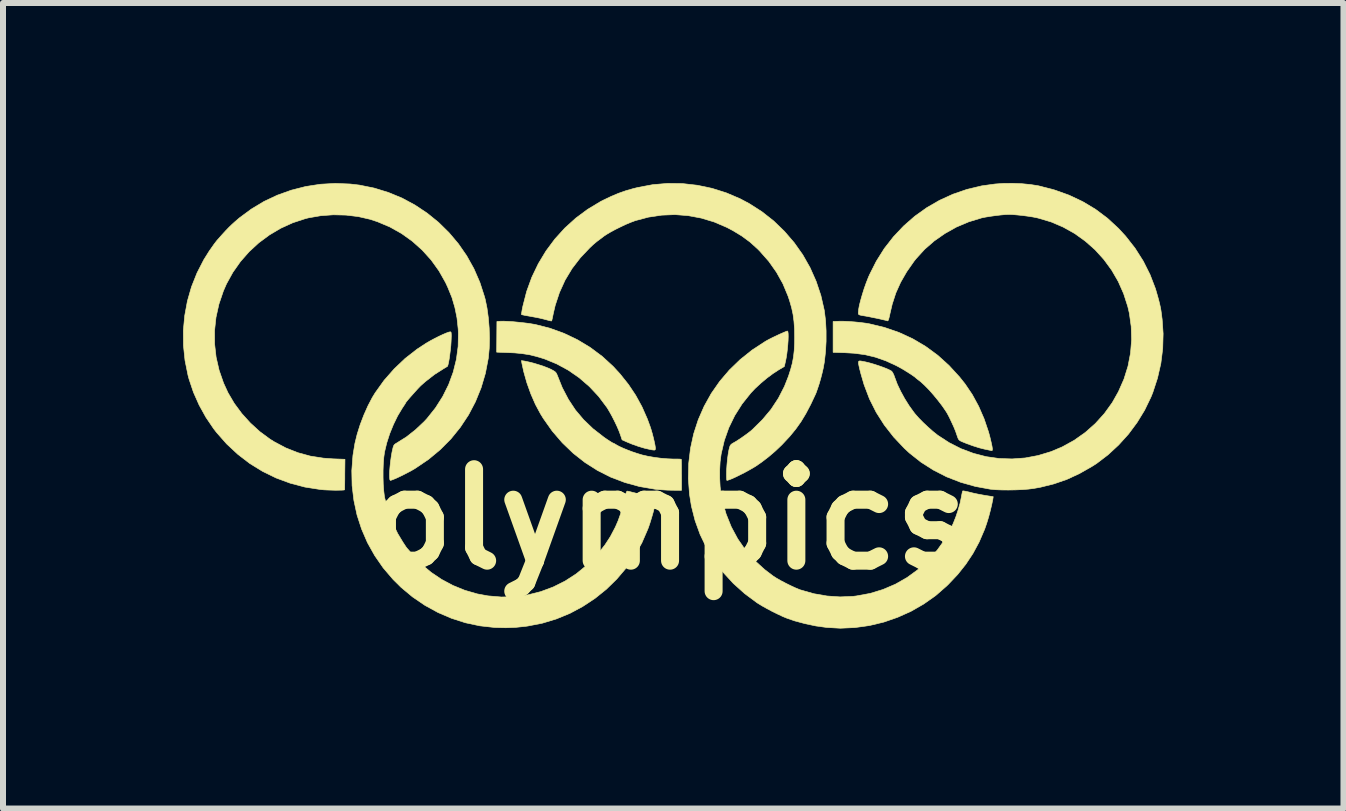
<source format=kicad_pcb>
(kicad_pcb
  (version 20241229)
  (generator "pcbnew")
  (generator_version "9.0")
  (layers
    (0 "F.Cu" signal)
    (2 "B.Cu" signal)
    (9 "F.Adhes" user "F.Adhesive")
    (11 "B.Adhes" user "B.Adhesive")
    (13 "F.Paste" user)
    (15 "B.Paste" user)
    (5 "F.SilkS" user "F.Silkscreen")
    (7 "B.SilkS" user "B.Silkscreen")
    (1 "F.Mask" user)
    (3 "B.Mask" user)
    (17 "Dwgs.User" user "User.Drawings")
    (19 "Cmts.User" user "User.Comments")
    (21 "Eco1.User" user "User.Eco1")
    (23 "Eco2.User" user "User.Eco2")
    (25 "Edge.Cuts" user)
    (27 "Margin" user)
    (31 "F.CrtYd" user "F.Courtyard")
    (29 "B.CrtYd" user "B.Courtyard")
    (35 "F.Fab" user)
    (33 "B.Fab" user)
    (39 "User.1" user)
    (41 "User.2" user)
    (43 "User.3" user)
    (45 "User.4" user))
  (footprint "olympics"
    (layer "F.Cu")
    (at 8.115 5.603)
    (property "Reference" "olympics" (at 0 0 0) (layer "F.SilkS") (effects (font (size 1.524 1.524) (thickness 0.3))))
    (attr through_hole)
    (fp_poly (pts (xy -2.706 -3.298) (xy -2.621 -3.293) (xy -2.529 -3.284) (xy -2.436 -3.274) (xy -2.347 -3.263) (xy -2.27 -3.25) (xy -2.242 -3.245) (xy -2 -3.183) (xy -1.766 -3.098) (xy -1.542 -2.991) (xy -1.33 -2.863) (xy -1.131 -2.715) (xy -0.949 -2.548) (xy -0.833 -2.422) (xy -0.692 -2.245) (xy -0.572 -2.065) (xy -0.468 -1.875) (xy -0.378 -1.671) (xy -0.331 -1.543) (xy -0.314 -1.49) (xy -0.296 -1.428) (xy -0.279 -1.362) (xy -0.264 -1.298) (xy -0.252 -1.241) (xy -0.245 -1.198) (xy -0.244 -1.175) (xy -0.247 -1.161) (xy -0.255 -1.154) (xy -0.275 -1.154) (xy -0.311 -1.159) (xy -0.335 -1.164) (xy -0.426 -1.185) (xy -0.53 -1.216) (xy -0.634 -1.253) (xy -0.714 -1.286) (xy -0.799 -1.324) (xy -0.827 -1.408) (xy -0.85 -1.47) (xy -0.883 -1.547) (xy -0.923 -1.631) (xy -0.966 -1.716) (xy -1.009 -1.793) (xy -1.047 -1.857) (xy -1.055 -1.868) (xy -1.191 -2.049) (xy -1.345 -2.213) (xy -1.514 -2.359) (xy -1.696 -2.485) (xy -1.89 -2.59) (xy -2.093 -2.673) (xy -2.108 -2.678) (xy -2.232 -2.715) (xy -2.348 -2.743) (xy -2.464 -2.761) (xy -2.59 -2.773) (xy -2.68 -2.777) (xy -2.889 -2.785) (xy -2.885 -3.296) (xy -2.83 -3.3) (xy -2.777 -3.301) (xy -2.706 -3.298)) (stroke (width 0.01) (type solid)) (fill yes) (layer "F.SilkS"))
    (fp_poly (pts (xy 2.976 -3.296) (xy 3.074 -3.289) (xy 3.173 -3.279) (xy 3.265 -3.267) (xy 3.323 -3.257) (xy 3.575 -3.196) (xy 3.815 -3.113) (xy 4.043 -3.008) (xy 4.258 -2.881) (xy 4.46 -2.733) (xy 4.649 -2.562) (xy 4.825 -2.37) (xy 4.917 -2.254) (xy 5.036 -2.078) (xy 5.142 -1.883) (xy 5.233 -1.674) (xy 5.307 -1.455) (xy 5.329 -1.374) (xy 5.35 -1.286) (xy 5.364 -1.221) (xy 5.371 -1.177) (xy 5.37 -1.151) (xy 5.363 -1.144) (xy 5.363 -1.144) (xy 5.347 -1.147) (xy 5.312 -1.154) (xy 5.265 -1.164) (xy 5.245 -1.168) (xy 5.153 -1.191) (xy 5.051 -1.223) (xy 4.948 -1.26) (xy 4.864 -1.294) (xy 4.833 -1.309) (xy 4.813 -1.325) (xy 4.799 -1.349) (xy 4.785 -1.388) (xy 4.778 -1.408) (xy 4.757 -1.469) (xy 4.727 -1.542) (xy 4.691 -1.62) (xy 4.655 -1.696) (xy 4.621 -1.761) (xy 4.599 -1.797) (xy 4.536 -1.889) (xy 4.464 -1.983) (xy 4.388 -2.075) (xy 4.312 -2.161) (xy 4.239 -2.235) (xy 4.174 -2.294) (xy 4.155 -2.309) (xy 4.126 -2.331) (xy 4.106 -2.347) (xy 4.102 -2.35) (xy 4.081 -2.369) (xy 4.042 -2.397) (xy 3.992 -2.43) (xy 3.933 -2.467) (xy 3.873 -2.504) (xy 3.814 -2.537) (xy 3.763 -2.564) (xy 3.763 -2.564) (xy 3.589 -2.643) (xy 3.42 -2.702) (xy 3.249 -2.743) (xy 3.068 -2.767) (xy 2.911 -2.776) (xy 2.717 -2.782) (xy 2.717 -3.296) (xy 2.816 -3.3) (xy 2.888 -3.3) (xy 2.976 -3.296)) (stroke (width 0.01) (type solid)) (fill yes) (layer "F.SilkS"))
    (fp_poly (pts (xy -2.422 -2.636) (xy -2.356 -2.622) (xy -2.275 -2.602) (xy -2.189 -2.576) (xy -2.106 -2.549) (xy -2.034 -2.521) (xy -1.995 -2.504) (xy -1.947 -2.479) (xy -1.916 -2.459) (xy -1.898 -2.439) (xy -1.885 -2.414) (xy -1.882 -2.407) (xy -1.796 -2.193) (xy -1.694 -1.998) (xy -1.577 -1.821) (xy -1.441 -1.66) (xy -1.286 -1.511) (xy -1.11 -1.374) (xy -1.087 -1.357) (xy -1.037 -1.323) (xy -0.995 -1.296) (xy -0.964 -1.277) (xy -0.95 -1.27) (xy -0.95 -1.27) (xy -0.934 -1.264) (xy -0.905 -1.247) (xy -0.892 -1.239) (xy -0.848 -1.215) (xy -0.785 -1.186) (xy -0.71 -1.155) (xy -0.628 -1.124) (xy -0.547 -1.097) (xy -0.471 -1.074) (xy -0.469 -1.073) (xy -0.373 -1.051) (xy -0.264 -1.032) (xy -0.15 -1.017) (xy -0.04 -1.008) (xy 0.057 -1.004) (xy 0.076 -1.004) (xy 0.125 -1.004) (xy 0.163 -1.003) (xy 0.185 -1) (xy 0.187 -0.999) (xy 0.188 -0.984) (xy 0.189 -0.948) (xy 0.19 -0.894) (xy 0.19 -0.827) (xy 0.19 -0.751) (xy 0.191 -0.737) (xy 0.191 -0.483) (xy 0.035 -0.484) (xy -0.043 -0.486) (xy -0.129 -0.491) (xy -0.209 -0.497) (xy -0.254 -0.502) (xy -0.509 -0.546) (xy -0.753 -0.613) (xy -0.987 -0.702) (xy -1.209 -0.814) (xy -1.418 -0.947) (xy -1.614 -1.101) (xy -1.795 -1.275) (xy -1.962 -1.469) (xy -2.113 -1.683) (xy -2.159 -1.758) (xy -2.243 -1.914) (xy -2.319 -2.088) (xy -2.385 -2.272) (xy -2.438 -2.459) (xy -2.469 -2.601) (xy -2.476 -2.644) (xy -2.422 -2.636)) (stroke (width 0.01) (type solid)) (fill yes) (layer "F.SilkS"))
    (fp_poly (pts (xy 1.964 -3.125) (xy 1.968 -3.092) (xy 1.969 -3.043) (xy 1.967 -2.98) (xy 1.962 -2.91) (xy 1.955 -2.834) (xy 1.946 -2.759) (xy 1.935 -2.688) (xy 1.923 -2.629) (xy 1.904 -2.546) (xy 1.808 -2.489) (xy 1.713 -2.427) (xy 1.611 -2.351) (xy 1.51 -2.266) (xy 1.416 -2.179) (xy 1.346 -2.105) (xy 1.2 -1.922) (xy 1.078 -1.729) (xy 0.979 -1.526) (xy 0.904 -1.313) (xy 0.852 -1.091) (xy 0.85 -1.078) (xy 0.834 -0.958) (xy 0.827 -0.824) (xy 0.827 -0.684) (xy 0.834 -0.546) (xy 0.849 -0.418) (xy 0.868 -0.317) (xy 0.934 -0.088) (xy 1.02 0.126) (xy 1.127 0.325) (xy 1.255 0.51) (xy 1.403 0.68) (xy 1.573 0.835) (xy 1.716 0.944) (xy 1.772 0.98) (xy 1.845 1.022) (xy 1.927 1.065) (xy 2.012 1.107) (xy 2.092 1.144) (xy 2.16 1.172) (xy 2.178 1.178) (xy 2.396 1.24) (xy 2.615 1.278) (xy 2.834 1.293) (xy 3.049 1.284) (xy 3.106 1.277) (xy 3.334 1.235) (xy 3.55 1.169) (xy 3.756 1.081) (xy 3.95 0.97) (xy 4.132 0.837) (xy 4.303 0.681) (xy 4.324 0.659) (xy 4.455 0.51) (xy 4.567 0.353) (xy 4.666 0.179) (xy 4.672 0.168) (xy 4.719 0.068) (xy 4.763 -0.043) (xy 4.801 -0.157) (xy 4.832 -0.266) (xy 4.852 -0.361) (xy 4.852 -0.362) (xy 4.861 -0.41) (xy 4.869 -0.449) (xy 4.875 -0.47) (xy 4.876 -0.472) (xy 4.89 -0.473) (xy 4.924 -0.467) (xy 4.97 -0.457) (xy 4.997 -0.45) (xy 5.062 -0.434) (xy 5.139 -0.418) (xy 5.216 -0.404) (xy 5.248 -0.398) (xy 5.385 -0.377) (xy 5.378 -0.332) (xy 5.36 -0.244) (xy 5.336 -0.143) (xy 5.308 -0.037) (xy 5.277 0.064) (xy 5.247 0.151) (xy 5.24 0.17) (xy 5.15 0.379) (xy 5.047 0.57) (xy 4.929 0.748) (xy 4.793 0.919) (xy 4.635 1.086) (xy 4.608 1.112) (xy 4.425 1.272) (xy 4.226 1.412) (xy 4.015 1.533) (xy 3.792 1.633) (xy 3.561 1.713) (xy 3.323 1.77) (xy 3.081 1.804) (xy 2.838 1.815) (xy 2.61 1.802) (xy 2.434 1.778) (xy 2.253 1.74) (xy 2.078 1.693) (xy 1.947 1.648) (xy 1.879 1.62) (xy 1.796 1.581) (xy 1.706 1.537) (xy 1.616 1.489) (xy 1.532 1.442) (xy 1.462 1.399) (xy 1.448 1.39) (xy 1.242 1.237) (xy 1.054 1.068) (xy 0.885 0.884) (xy 0.736 0.685) (xy 0.608 0.475) (xy 0.501 0.253) (xy 0.417 0.021) (xy 0.356 -0.219) (xy 0.324 -0.419) (xy 0.305 -0.679) (xy 0.311 -0.933) (xy 0.341 -1.183) (xy 0.394 -1.425) (xy 0.47 -1.659) (xy 0.568 -1.883) (xy 0.687 -2.097) (xy 0.828 -2.299) (xy 0.988 -2.487) (xy 1.168 -2.661) (xy 1.367 -2.82) (xy 1.584 -2.962) (xy 1.619 -2.982) (xy 1.66 -3.004) (xy 1.712 -3.03) (xy 1.769 -3.057) (xy 1.826 -3.084) (xy 1.879 -3.107) (xy 1.921 -3.125) (xy 1.949 -3.136) (xy 1.956 -3.137) (xy 1.964 -3.125)) (stroke (width 0.01) (type solid)) (fill yes) (layer "F.SilkS"))
    (fp_poly (pts (xy 0.208 -5.594) (xy 0.455 -5.566) (xy 0.698 -5.515) (xy 0.936 -5.44) (xy 1.166 -5.342) (xy 1.317 -5.262) (xy 1.53 -5.126) (xy 1.727 -4.971) (xy 1.906 -4.798) (xy 2.068 -4.61) (xy 2.211 -4.408) (xy 2.333 -4.193) (xy 2.434 -3.966) (xy 2.513 -3.73) (xy 2.569 -3.485) (xy 2.572 -3.465) (xy 2.591 -3.31) (xy 2.6 -3.141) (xy 2.6 -2.964) (xy 2.59 -2.788) (xy 2.571 -2.621) (xy 2.552 -2.515) (xy 2.533 -2.433) (xy 2.51 -2.344) (xy 2.484 -2.255) (xy 2.457 -2.174) (xy 2.433 -2.106) (xy 2.423 -2.083) (xy 2.343 -1.913) (xy 2.264 -1.763) (xy 2.182 -1.627) (xy 2.093 -1.502) (xy 1.994 -1.381) (xy 1.881 -1.26) (xy 1.861 -1.239) (xy 1.757 -1.14) (xy 1.646 -1.045) (xy 1.532 -0.957) (xy 1.424 -0.882) (xy 1.382 -0.857) (xy 1.312 -0.817) (xy 1.237 -0.776) (xy 1.163 -0.739) (xy 1.094 -0.705) (xy 1.033 -0.677) (xy 0.984 -0.658) (xy 0.953 -0.648) (xy 0.947 -0.648) (xy 0.944 -0.66) (xy 0.942 -0.693) (xy 0.941 -0.742) (xy 0.942 -0.805) (xy 0.943 -0.829) (xy 0.949 -0.916) (xy 0.957 -1.002) (xy 0.968 -1.083) (xy 0.98 -1.152) (xy 0.993 -1.205) (xy 1.004 -1.232) (xy 1.022 -1.252) (xy 1.05 -1.27) (xy 1.096 -1.296) (xy 1.155 -1.334) (xy 1.219 -1.378) (xy 1.282 -1.423) (xy 1.338 -1.466) (xy 1.371 -1.494) (xy 1.538 -1.659) (xy 1.683 -1.832) (xy 1.805 -2.017) (xy 1.906 -2.214) (xy 1.974 -2.386) (xy 2.01 -2.499) (xy 2.038 -2.603) (xy 2.057 -2.705) (xy 2.069 -2.813) (xy 2.075 -2.933) (xy 2.076 -3.029) (xy 2.074 -3.172) (xy 2.065 -3.297) (xy 2.05 -3.412) (xy 2.026 -3.524) (xy 1.993 -3.639) (xy 1.966 -3.72) (xy 1.881 -3.924) (xy 1.774 -4.116) (xy 1.645 -4.299) (xy 1.492 -4.472) (xy 1.457 -4.507) (xy 1.332 -4.62) (xy 1.198 -4.719) (xy 1.05 -4.809) (xy 0.946 -4.864) (xy 0.736 -4.954) (xy 0.521 -5.019) (xy 0.302 -5.06) (xy 0.082 -5.077) (xy -0.139 -5.068) (xy -0.36 -5.035) (xy -0.578 -4.977) (xy -0.592 -4.972) (xy -0.661 -4.946) (xy -0.742 -4.912) (xy -0.828 -4.871) (xy -0.913 -4.829) (xy -0.992 -4.786) (xy -1.058 -4.747) (xy -1.099 -4.72) (xy -1.143 -4.686) (xy -1.186 -4.654) (xy -1.217 -4.631) (xy -1.246 -4.607) (xy -1.286 -4.573) (xy -1.328 -4.533) (xy -1.337 -4.525) (xy -1.496 -4.357) (xy -1.634 -4.177) (xy -1.75 -3.984) (xy -1.843 -3.779) (xy -1.914 -3.564) (xy -1.944 -3.436) (xy -1.955 -3.383) (xy -1.964 -3.34) (xy -1.971 -3.312) (xy -1.974 -3.305) (xy -1.987 -3.306) (xy -2.019 -3.313) (xy -2.062 -3.325) (xy -2.067 -3.326) (xy -2.116 -3.339) (xy -2.18 -3.354) (xy -2.252 -3.368) (xy -2.312 -3.379) (xy -2.373 -3.39) (xy -2.423 -3.399) (xy -2.459 -3.407) (xy -2.475 -3.411) (xy -2.475 -3.411) (xy -2.475 -3.425) (xy -2.47 -3.458) (xy -2.462 -3.506) (xy -2.452 -3.553) (xy -2.389 -3.798) (xy -2.303 -4.034) (xy -2.195 -4.259) (xy -2.067 -4.471) (xy -1.92 -4.669) (xy -1.754 -4.852) (xy -1.571 -5.018) (xy -1.373 -5.165) (xy -1.159 -5.294) (xy -1.108 -5.32) (xy -0.978 -5.382) (xy -0.859 -5.432) (xy -0.74 -5.474) (xy -0.611 -5.511) (xy -0.533 -5.53) (xy -0.288 -5.576) (xy -0.04 -5.597) (xy 0.208 -5.594)) (stroke (width 0.01) (type solid)) (fill yes) (layer "F.SilkS"))
    (fp_poly (pts (xy -3.654 -3.122) (xy -3.648 -3.112) (xy -3.646 -3.091) (xy -3.645 -3.055) (xy -3.647 -3) (xy -3.649 -2.956) (xy -3.653 -2.893) (xy -3.66 -2.824) (xy -3.669 -2.754) (xy -3.678 -2.686) (xy -3.688 -2.627) (xy -3.698 -2.581) (xy -3.706 -2.554) (xy -3.71 -2.548) (xy -3.723 -2.54) (xy -3.751 -2.523) (xy -3.778 -2.507) (xy -3.927 -2.412) (xy -4.079 -2.293) (xy -4.145 -2.235) (xy -4.17 -2.211) (xy -4.204 -2.175) (xy -4.244 -2.131) (xy -4.286 -2.084) (xy -4.327 -2.038) (xy -4.363 -1.996) (xy -4.39 -1.963) (xy -4.405 -1.943) (xy -4.407 -1.938) (xy -4.413 -1.926) (xy -4.431 -1.899) (xy -4.456 -1.861) (xy -4.466 -1.846) (xy -4.54 -1.722) (xy -4.609 -1.58) (xy -4.671 -1.428) (xy -4.721 -1.273) (xy -4.757 -1.123) (xy -4.758 -1.117) (xy -4.77 -1.032) (xy -4.778 -0.929) (xy -4.782 -0.815) (xy -4.782 -0.697) (xy -4.779 -0.582) (xy -4.771 -0.475) (xy -4.76 -0.384) (xy -4.752 -0.346) (xy -4.698 -0.143) (xy -4.626 0.052) (xy -4.539 0.236) (xy -4.453 0.379) (xy -4.424 0.423) (xy -4.401 0.458) (xy -4.385 0.479) (xy -4.382 0.483) (xy -4.372 0.494) (xy -4.348 0.521) (xy -4.316 0.56) (xy -4.284 0.598) (xy -4.143 0.748) (xy -3.983 0.883) (xy -3.808 1.001) (xy -3.619 1.102) (xy -3.42 1.183) (xy -3.213 1.243) (xy -3.035 1.276) (xy -2.81 1.295) (xy -2.587 1.289) (xy -2.368 1.259) (xy -2.154 1.205) (xy -1.947 1.128) (xy -1.749 1.029) (xy -1.562 0.908) (xy -1.388 0.765) (xy -1.314 0.694) (xy -1.19 0.56) (xy -1.085 0.427) (xy -0.995 0.289) (xy -0.915 0.137) (xy -0.907 0.12) (xy -0.865 0.023) (xy -0.825 -0.089) (xy -0.79 -0.204) (xy -0.762 -0.312) (xy -0.753 -0.353) (xy -0.74 -0.415) (xy -0.727 -0.455) (xy -0.716 -0.47) (xy -0.715 -0.47) (xy -0.695 -0.467) (xy -0.658 -0.458) (xy -0.613 -0.446) (xy -0.611 -0.446) (xy -0.56 -0.433) (xy -0.494 -0.419) (xy -0.423 -0.406) (xy -0.386 -0.399) (xy -0.329 -0.39) (xy -0.281 -0.381) (xy -0.249 -0.373) (xy -0.238 -0.369) (xy -0.234 -0.351) (xy -0.238 -0.312) (xy -0.248 -0.258) (xy -0.263 -0.191) (xy -0.282 -0.115) (xy -0.305 -0.035) (xy -0.33 0.047) (xy -0.356 0.125) (xy -0.371 0.165) (xy -0.47 0.393) (xy -0.591 0.608) (xy -0.73 0.81) (xy -0.888 0.996) (xy -1.062 1.166) (xy -1.251 1.318) (xy -1.454 1.452) (xy -1.668 1.567) (xy -1.894 1.66) (xy -2.128 1.731) (xy -2.369 1.778) (xy -2.404 1.783) (xy -2.574 1.801) (xy -2.736 1.807) (xy -2.906 1.803) (xy -2.927 1.802) (xy -3.17 1.775) (xy -3.41 1.724) (xy -3.643 1.649) (xy -3.869 1.552) (xy -4.086 1.433) (xy -4.291 1.293) (xy -4.482 1.134) (xy -4.615 1.002) (xy -4.779 0.81) (xy -4.921 0.605) (xy -5.042 0.389) (xy -5.14 0.162) (xy -5.216 -0.072) (xy -5.268 -0.314) (xy -5.298 -0.561) (xy -5.303 -0.811) (xy -5.284 -1.064) (xy -5.251 -1.265) (xy -5.214 -1.416) (xy -5.164 -1.575) (xy -5.103 -1.735) (xy -5.035 -1.888) (xy -4.962 -2.028) (xy -4.913 -2.108) (xy -4.765 -2.315) (xy -4.597 -2.506) (xy -4.413 -2.681) (xy -4.214 -2.836) (xy -4.064 -2.934) (xy -3.997 -2.973) (xy -3.926 -3.011) (xy -3.855 -3.047) (xy -3.789 -3.078) (xy -3.731 -3.103) (xy -3.687 -3.119) (xy -3.662 -3.124) (xy -3.654 -3.122)) (stroke (width 0.01) (type solid)) (fill yes) (layer "F.SilkS"))
    (fp_poly (pts (xy -5.33 -5.587) (xy -5.176 -5.569) (xy -4.93 -5.519) (xy -4.693 -5.446) (xy -4.465 -5.352) (xy -4.25 -5.236) (xy -4.047 -5.101) (xy -3.858 -4.948) (xy -3.684 -4.777) (xy -3.527 -4.591) (xy -3.388 -4.39) (xy -3.268 -4.175) (xy -3.169 -3.947) (xy -3.092 -3.709) (xy -3.08 -3.665) (xy -3.05 -3.519) (xy -3.028 -3.357) (xy -3.014 -3.186) (xy -3.009 -3.014) (xy -3.013 -2.849) (xy -3.027 -2.698) (xy -3.029 -2.682) (xy -3.077 -2.432) (xy -3.149 -2.19) (xy -3.243 -1.959) (xy -3.358 -1.74) (xy -3.495 -1.533) (xy -3.652 -1.339) (xy -3.829 -1.161) (xy -4.024 -0.999) (xy -4.238 -0.854) (xy -4.265 -0.837) (xy -4.319 -0.806) (xy -4.38 -0.774) (xy -4.446 -0.74) (xy -4.51 -0.709) (xy -4.568 -0.682) (xy -4.617 -0.662) (xy -4.65 -0.65) (xy -4.661 -0.648) (xy -4.669 -0.66) (xy -4.673 -0.693) (xy -4.674 -0.743) (xy -4.672 -0.806) (xy -4.666 -0.879) (xy -4.658 -0.957) (xy -4.647 -1.037) (xy -4.634 -1.114) (xy -4.627 -1.145) (xy -4.616 -1.194) (xy -4.606 -1.225) (xy -4.593 -1.245) (xy -4.572 -1.261) (xy -4.555 -1.271) (xy -4.395 -1.371) (xy -4.24 -1.493) (xy -4.096 -1.629) (xy -4.049 -1.68) (xy -3.908 -1.857) (xy -3.788 -2.046) (xy -3.689 -2.245) (xy -3.613 -2.452) (xy -3.56 -2.665) (xy -3.531 -2.882) (xy -3.527 -3.101) (xy -3.53 -3.169) (xy -3.55 -3.355) (xy -3.585 -3.528) (xy -3.634 -3.695) (xy -3.703 -3.864) (xy -3.74 -3.944) (xy -3.85 -4.139) (xy -3.98 -4.32) (xy -4.129 -4.485) (xy -4.294 -4.633) (xy -4.474 -4.762) (xy -4.668 -4.871) (xy -4.874 -4.958) (xy -4.998 -4.999) (xy -5.194 -5.044) (xy -5.4 -5.069) (xy -5.611 -5.074) (xy -5.819 -5.059) (xy -6.021 -5.024) (xy -6.077 -5.01) (xy -6.287 -4.941) (xy -6.487 -4.85) (xy -6.676 -4.738) (xy -6.853 -4.607) (xy -7.014 -4.459) (xy -7.159 -4.294) (xy -7.285 -4.115) (xy -7.391 -3.923) (xy -7.443 -3.804) (xy -7.517 -3.586) (xy -7.566 -3.365) (xy -7.59 -3.143) (xy -7.589 -2.921) (xy -7.564 -2.701) (xy -7.514 -2.483) (xy -7.44 -2.27) (xy -7.366 -2.109) (xy -7.262 -1.932) (xy -7.136 -1.762) (xy -6.993 -1.604) (xy -6.836 -1.461) (xy -6.668 -1.337) (xy -6.598 -1.293) (xy -6.402 -1.189) (xy -6.202 -1.11) (xy -5.994 -1.053) (xy -5.776 -1.019) (xy -5.613 -1.007) (xy -5.417 -1) (xy -5.42 -0.751) (xy -5.42 -0.674) (xy -5.421 -0.605) (xy -5.422 -0.55) (xy -5.422 -0.511) (xy -5.423 -0.493) (xy -5.423 -0.492) (xy -5.435 -0.488) (xy -5.467 -0.486) (xy -5.515 -0.485) (xy -5.574 -0.484) (xy -5.639 -0.486) (xy -5.705 -0.488) (xy -5.767 -0.491) (xy -5.821 -0.496) (xy -5.829 -0.497) (xy -6.084 -0.537) (xy -6.33 -0.602) (xy -6.565 -0.689) (xy -6.79 -0.799) (xy -7.003 -0.93) (xy -7.202 -1.083) (xy -7.388 -1.256) (xy -7.559 -1.45) (xy -7.606 -1.511) (xy -7.734 -1.7) (xy -7.847 -1.904) (xy -7.942 -2.118) (xy -8.015 -2.336) (xy -8.032 -2.399) (xy -8.082 -2.646) (xy -8.108 -2.896) (xy -8.11 -3.145) (xy -8.087 -3.393) (xy -8.042 -3.637) (xy -7.974 -3.874) (xy -7.882 -4.105) (xy -7.769 -4.325) (xy -7.679 -4.469) (xy -7.639 -4.526) (xy -7.601 -4.58) (xy -7.567 -4.625) (xy -7.543 -4.655) (xy -7.542 -4.655) (xy -7.468 -4.739) (xy -7.405 -4.808) (xy -7.35 -4.865) (xy -7.298 -4.915) (xy -7.246 -4.962) (xy -7.19 -5.01) (xy -7.176 -5.022) (xy -6.977 -5.169) (xy -6.766 -5.296) (xy -6.543 -5.401) (xy -6.311 -5.484) (xy -6.072 -5.545) (xy -5.827 -5.583) (xy -5.579 -5.597) (xy -5.33 -5.587)) (stroke (width 0.01) (type solid)) (fill yes) (layer "F.SilkS"))
    (fp_poly (pts (xy 5.863 -5.592) (xy 6.006 -5.578) (xy 6.133 -5.558) (xy 6.143 -5.556) (xy 6.402 -5.489) (xy 6.646 -5.402) (xy 6.875 -5.294) (xy 7.089 -5.166) (xy 7.288 -5.017) (xy 7.472 -4.847) (xy 7.591 -4.718) (xy 7.749 -4.516) (xy 7.885 -4.302) (xy 7.998 -4.077) (xy 8.088 -3.843) (xy 8.126 -3.712) (xy 8.146 -3.638) (xy 8.16 -3.58) (xy 8.171 -3.53) (xy 8.18 -3.48) (xy 8.188 -3.423) (xy 8.197 -3.35) (xy 8.199 -3.34) (xy 8.216 -3.093) (xy 8.209 -2.845) (xy 8.178 -2.597) (xy 8.122 -2.352) (xy 8.044 -2.113) (xy 8.012 -2.034) (xy 7.908 -1.819) (xy 7.782 -1.613) (xy 7.637 -1.418) (xy 7.474 -1.238) (xy 7.298 -1.075) (xy 7.109 -0.931) (xy 7.029 -0.88) (xy 6.82 -0.761) (xy 6.61 -0.664) (xy 6.395 -0.59) (xy 6.17 -0.534) (xy 6.058 -0.514) (xy 5.971 -0.503) (xy 5.868 -0.495) (xy 5.756 -0.49) (xy 5.64 -0.488) (xy 5.529 -0.489) (xy 5.428 -0.493) (xy 5.346 -0.501) (xy 5.34 -0.501) (xy 5.086 -0.548) (xy 4.842 -0.617) (xy 4.608 -0.708) (xy 4.387 -0.821) (xy 4.18 -0.953) (xy 3.987 -1.106) (xy 3.907 -1.18) (xy 3.727 -1.37) (xy 3.57 -1.571) (xy 3.435 -1.783) (xy 3.323 -2.006) (xy 3.233 -2.243) (xy 3.18 -2.425) (xy 3.16 -2.503) (xy 3.147 -2.561) (xy 3.14 -2.599) (xy 3.14 -2.623) (xy 3.147 -2.635) (xy 3.161 -2.639) (xy 3.182 -2.637) (xy 3.197 -2.634) (xy 3.255 -2.623) (xy 3.324 -2.606) (xy 3.4 -2.584) (xy 3.477 -2.559) (xy 3.55 -2.533) (xy 3.614 -2.508) (xy 3.663 -2.485) (xy 3.694 -2.467) (xy 3.694 -2.466) (xy 3.71 -2.444) (xy 3.729 -2.405) (xy 3.746 -2.358) (xy 3.747 -2.356) (xy 3.787 -2.249) (xy 3.843 -2.132) (xy 3.909 -2.011) (xy 3.983 -1.893) (xy 4.06 -1.786) (xy 4.086 -1.753) (xy 4.145 -1.686) (xy 4.218 -1.612) (xy 4.298 -1.537) (xy 4.378 -1.466) (xy 4.451 -1.408) (xy 4.461 -1.4) (xy 4.65 -1.277) (xy 4.849 -1.176) (xy 5.055 -1.099) (xy 5.267 -1.044) (xy 5.483 -1.013) (xy 5.7 -1.006) (xy 5.918 -1.022) (xy 6.134 -1.063) (xy 6.346 -1.127) (xy 6.534 -1.206) (xy 6.735 -1.317) (xy 6.919 -1.447) (xy 7.087 -1.596) (xy 7.237 -1.762) (xy 7.369 -1.945) (xy 7.472 -2.128) (xy 7.564 -2.337) (xy 7.631 -2.552) (xy 7.673 -2.77) (xy 7.691 -2.991) (xy 7.684 -3.213) (xy 7.653 -3.435) (xy 7.627 -3.546) (xy 7.558 -3.76) (xy 7.468 -3.963) (xy 7.358 -4.153) (xy 7.228 -4.33) (xy 7.082 -4.491) (xy 6.919 -4.635) (xy 6.742 -4.762) (xy 6.551 -4.869) (xy 6.35 -4.955) (xy 6.138 -5.018) (xy 6.118 -5.023) (xy 6.049 -5.037) (xy 5.966 -5.05) (xy 5.876 -5.062) (xy 5.788 -5.071) (xy 5.709 -5.078) (xy 5.651 -5.08) (xy 5.59 -5.078) (xy 5.513 -5.071) (xy 5.427 -5.061) (xy 5.34 -5.049) (xy 5.26 -5.036) (xy 5.195 -5.023) (xy 5.188 -5.021) (xy 4.975 -4.956) (xy 4.772 -4.87) (xy 4.581 -4.763) (xy 4.403 -4.639) (xy 4.242 -4.499) (xy 4.1 -4.343) (xy 4.065 -4.299) (xy 3.942 -4.123) (xy 3.842 -3.949) (xy 3.762 -3.771) (xy 3.702 -3.586) (xy 3.667 -3.438) (xy 3.654 -3.377) (xy 3.642 -3.333) (xy 3.632 -3.31) (xy 3.627 -3.306) (xy 3.604 -3.313) (xy 3.561 -3.323) (xy 3.506 -3.336) (xy 3.442 -3.35) (xy 3.376 -3.363) (xy 3.314 -3.376) (xy 3.26 -3.386) (xy 3.229 -3.391) (xy 3.182 -3.399) (xy 3.154 -3.407) (xy 3.141 -3.416) (xy 3.137 -3.431) (xy 3.137 -3.442) (xy 3.142 -3.496) (xy 3.155 -3.567) (xy 3.177 -3.653) (xy 3.204 -3.747) (xy 3.235 -3.846) (xy 3.27 -3.944) (xy 3.307 -4.038) (xy 3.323 -4.074) (xy 3.437 -4.3) (xy 3.57 -4.512) (xy 3.723 -4.708) (xy 3.892 -4.887) (xy 4.077 -5.049) (xy 4.277 -5.192) (xy 4.49 -5.315) (xy 4.714 -5.417) (xy 4.949 -5.498) (xy 5.193 -5.556) (xy 5.416 -5.587) (xy 5.56 -5.597) (xy 5.711 -5.598) (xy 5.863 -5.592)) (stroke (width 0.01) (type solid)) (fill yes) (layer "F.SilkS")))
  (gr_rect
    (start -3 -3)
    (end 19.336 10.423)
    (stroke (width 0.1) (type default))
    (fill no)
    (layer "Edge.Cuts")))
</source>
